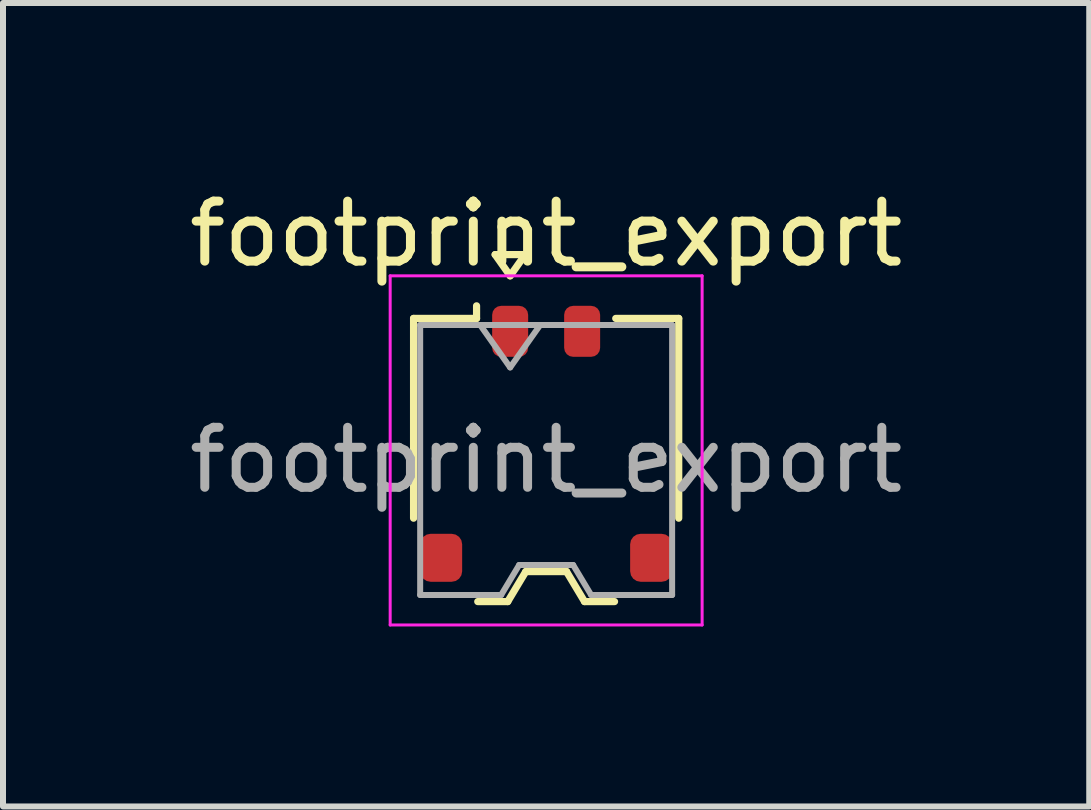
<source format=kicad_pcb>
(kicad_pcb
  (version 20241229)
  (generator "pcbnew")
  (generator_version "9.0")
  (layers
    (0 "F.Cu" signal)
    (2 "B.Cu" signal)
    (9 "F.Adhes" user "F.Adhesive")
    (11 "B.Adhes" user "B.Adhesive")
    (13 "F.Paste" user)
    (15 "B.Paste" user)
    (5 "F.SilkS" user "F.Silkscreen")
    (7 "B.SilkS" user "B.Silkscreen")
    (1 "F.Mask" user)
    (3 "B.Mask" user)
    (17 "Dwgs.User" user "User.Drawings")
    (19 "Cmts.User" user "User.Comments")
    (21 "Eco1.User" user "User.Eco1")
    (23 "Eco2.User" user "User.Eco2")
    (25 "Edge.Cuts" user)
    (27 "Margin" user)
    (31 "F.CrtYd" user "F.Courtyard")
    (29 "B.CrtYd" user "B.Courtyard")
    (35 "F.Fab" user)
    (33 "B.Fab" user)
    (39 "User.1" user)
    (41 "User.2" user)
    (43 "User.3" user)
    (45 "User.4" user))
  (footprint "footprint_export"
    (layer "F.Cu")
    (at 6.054 4.348)
    (property "Reference" "footprint_export" (at 0 -3.5 0) (layer "F.SilkS") (effects (font (size 1 1) (thickness 0.15))))
    (attr smd)
    (fp_line (start -2.21 -2.09) (end -1.16 -2.09) (stroke (width 0.12) (type solid)) (layer "F.SilkS"))
    (fp_line (start -2.21 1.24) (end -2.21 -2.09) (stroke (width 0.12) (type solid)) (layer "F.SilkS"))
    (fp_line (start -1.16 -2.09) (end -1.16 -2.3) (stroke (width 0.12) (type solid)) (layer "F.SilkS"))
    (fp_line (start -1.14 2.63) (end -0.64 2.63) (stroke (width 0.12) (type solid)) (layer "F.SilkS"))
    (fp_line (start -0.85 -3.154) (end -0.6 -2.8) (stroke (width 0.12) (type solid)) (layer "F.SilkS"))
    (fp_line (start -0.64 2.63) (end -0.34 2.13) (stroke (width 0.12) (type solid)) (layer "F.SilkS"))
    (fp_line (start -0.6 -2.8) (end -0.35 -3.154) (stroke (width 0.12) (type solid)) (layer "F.SilkS"))
    (fp_line (start -0.35 -3.154) (end -0.85 -3.154) (stroke (width 0.12) (type solid)) (layer "F.SilkS"))
    (fp_line (start -0.34 2.13) (end 0.34 2.13) (stroke (width 0.12) (type solid)) (layer "F.SilkS"))
    (fp_line (start 0.34 2.13) (end 0.64 2.63) (stroke (width 0.12) (type solid)) (layer "F.SilkS"))
    (fp_line (start 0.64 2.63) (end 1.14 2.63) (stroke (width 0.12) (type solid)) (layer "F.SilkS"))
    (fp_line (start 2.21 -2.09) (end 1.16 -2.09) (stroke (width 0.12) (type solid)) (layer "F.SilkS"))
    (fp_line (start 2.21 1.24) (end 2.21 -2.09) (stroke (width 0.12) (type solid)) (layer "F.SilkS"))
    (fp_line (start -2.6 -2.8) (end -2.6 3.02) (stroke (width 0.05) (type solid)) (layer "F.CrtYd"))
    (fp_line (start -2.6 3.02) (end 2.6 3.02) (stroke (width 0.05) (type solid)) (layer "F.CrtYd"))
    (fp_line (start 2.6 -2.8) (end -2.6 -2.8) (stroke (width 0.05) (type solid)) (layer "F.CrtYd"))
    (fp_line (start 2.6 3.02) (end 2.6 -2.8) (stroke (width 0.05) (type solid)) (layer "F.CrtYd"))
    (fp_line (start -2.1 -1.98) (end -2.1 2.52) (stroke (width 0.1) (type solid)) (layer "F.Fab"))
    (fp_line (start -2.1 -1.98) (end 2.1 -1.98) (stroke (width 0.1) (type solid)) (layer "F.Fab"))
    (fp_line (start -2.1 2.52) (end -0.75 2.52) (stroke (width 0.1) (type solid)) (layer "F.Fab"))
    (fp_line (start -1.1 -1.98) (end -0.6 -1.273) (stroke (width 0.1) (type solid)) (layer "F.Fab"))
    (fp_line (start -0.75 2.52) (end -0.45 2.02) (stroke (width 0.1) (type solid)) (layer "F.Fab"))
    (fp_line (start -0.6 -1.273) (end -0.1 -1.98) (stroke (width 0.1) (type solid)) (layer "F.Fab"))
    (fp_line (start -0.45 2.02) (end 0.45 2.02) (stroke (width 0.1) (type solid)) (layer "F.Fab"))
    (fp_line (start 0.45 2.02) (end 0.75 2.52) (stroke (width 0.1) (type solid)) (layer "F.Fab"))
    (fp_line (start 0.75 2.52) (end 2.1 2.52) (stroke (width 0.1) (type solid)) (layer "F.Fab"))
    (fp_line (start 2.1 -1.98) (end 2.1 2.52) (stroke (width 0.1) (type solid)) (layer "F.Fab"))
    (fp_text user "${REFERENCE}" (at 0 0.27 0) (layer "F.Fab") (effects (font (size 1 1) (thickness 0.15))))
    (pad "1" smd roundrect (at -0.6 -1.875) (size 0.6 0.85) (layers "F.Cu" "F.Mask" "F.Paste") (roundrect_rratio 0.25))
    (pad "2" smd roundrect (at 0.6 -1.875) (size 0.6 0.85) (layers "F.Cu" "F.Mask" "F.Paste") (roundrect_rratio 0.25))
    (pad "MP" smd roundrect (at -1.75 1.9) (size 0.7 0.8) (layers "F.Cu" "F.Mask" "F.Paste") (roundrect_rratio 0.25))
    (pad "MP" smd roundrect (at 1.75 1.9) (size 0.7 0.8) (layers "F.Cu" "F.Mask" "F.Paste") (roundrect_rratio 0.25)))
  (gr_rect
    (start -3 -3)
    (end 15.107 10.393)
    (stroke (width 0.1) (type default))
    (fill no)
    (layer "Edge.Cuts")))
</source>
